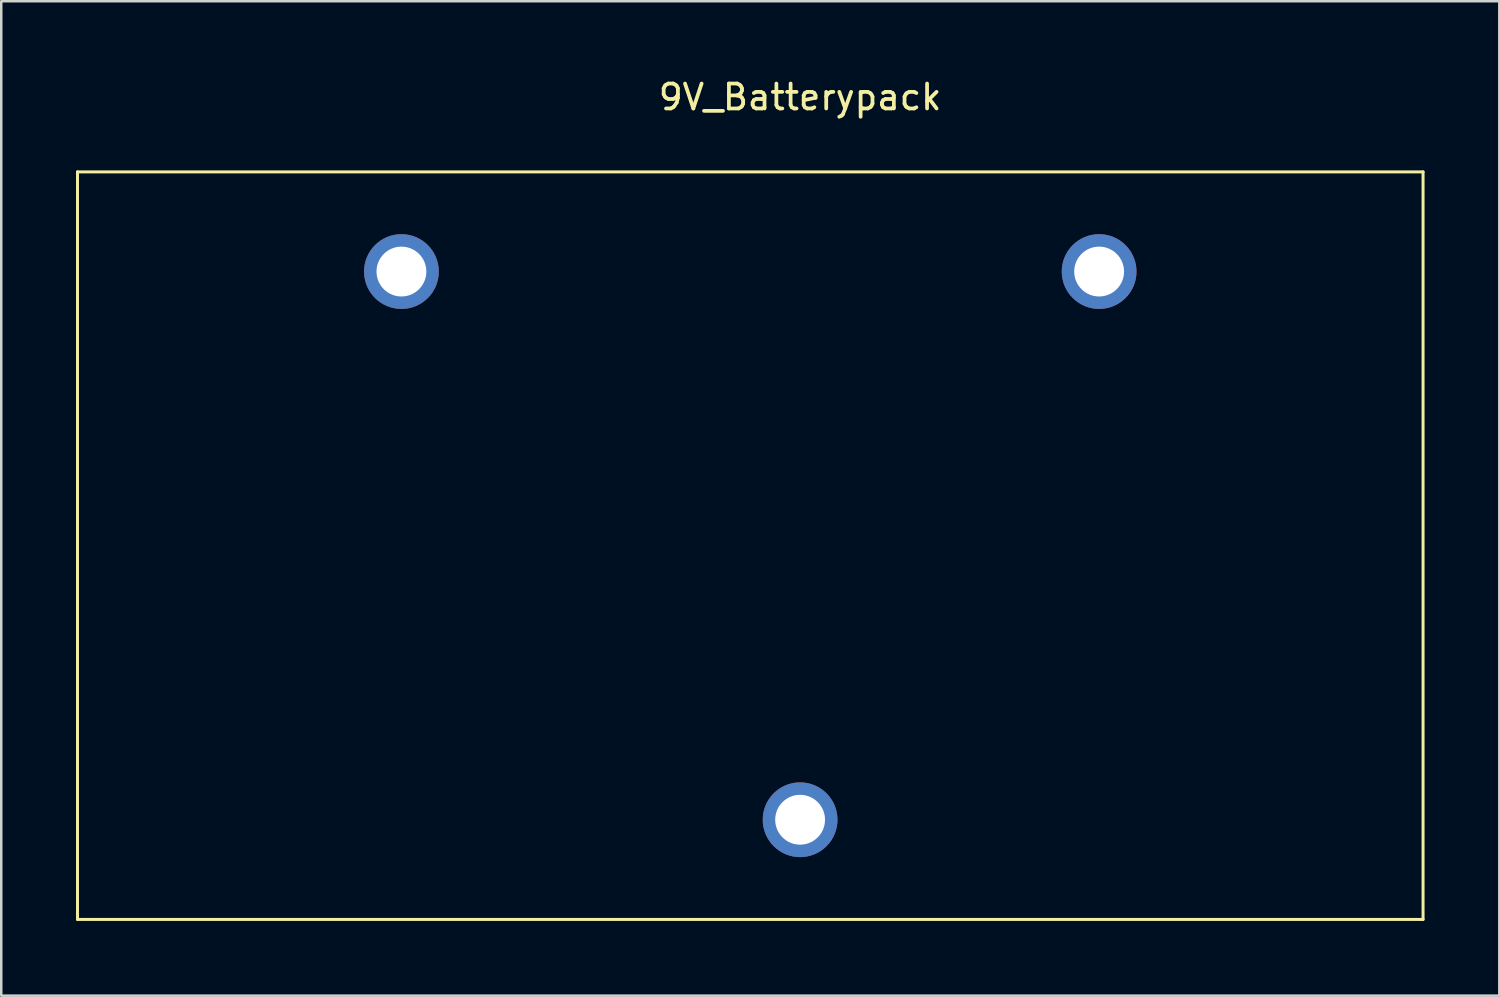
<source format=kicad_pcb>
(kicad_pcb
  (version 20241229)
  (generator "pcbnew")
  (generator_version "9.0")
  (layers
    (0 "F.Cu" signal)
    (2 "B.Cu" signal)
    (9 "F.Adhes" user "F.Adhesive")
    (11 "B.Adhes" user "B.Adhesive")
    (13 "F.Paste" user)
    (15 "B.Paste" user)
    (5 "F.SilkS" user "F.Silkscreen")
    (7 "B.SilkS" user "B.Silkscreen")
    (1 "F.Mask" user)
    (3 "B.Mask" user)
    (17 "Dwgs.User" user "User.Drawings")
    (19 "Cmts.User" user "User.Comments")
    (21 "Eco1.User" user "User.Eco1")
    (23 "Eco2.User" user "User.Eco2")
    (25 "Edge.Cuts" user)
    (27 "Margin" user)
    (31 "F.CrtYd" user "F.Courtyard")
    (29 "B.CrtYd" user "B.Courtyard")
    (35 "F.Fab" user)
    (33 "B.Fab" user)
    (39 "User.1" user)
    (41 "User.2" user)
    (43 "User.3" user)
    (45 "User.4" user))
  (footprint "9V_Batterypack"
    (layer "F.Cu")
    (at 29.06 19.848)
    (property "Reference" "9V_Batterypack" (at 0 -19 0) (layer "F.SilkS") (effects (font (size 1 1) (thickness 0.15))))
    (attr through_hole)
    (fp_line (start -29 -16) (end -29 14) (stroke (width 0.12) (type solid)) (layer "F.SilkS"))
    (fp_line (start -29 14) (end 25 14) (stroke (width 0.12) (type solid)) (layer "F.SilkS"))
    (fp_line (start 25 -16) (end -29 -16) (stroke (width 0.12) (type solid)) (layer "F.SilkS"))
    (fp_line (start 25 14) (end 25 -16) (stroke (width 0.12) (type solid)) (layer "F.SilkS"))
    (pad "" thru_hole circle (at -16 -12) (size 3 3) (drill 2) (layers "*.Cu" "*.Mask"))
    (pad "" thru_hole circle (at 0 10) (size 3 3) (drill 2) (layers "*.Cu" "*.Mask"))
    (pad "" thru_hole circle (at 12 -12) (size 3 3) (drill 2) (layers "*.Cu" "*.Mask")))
  (gr_rect
    (start -3 -3)
    (end 57.12 36.908)
    (stroke (width 0.1) (type default))
    (fill no)
    (layer "Edge.Cuts")))
</source>
